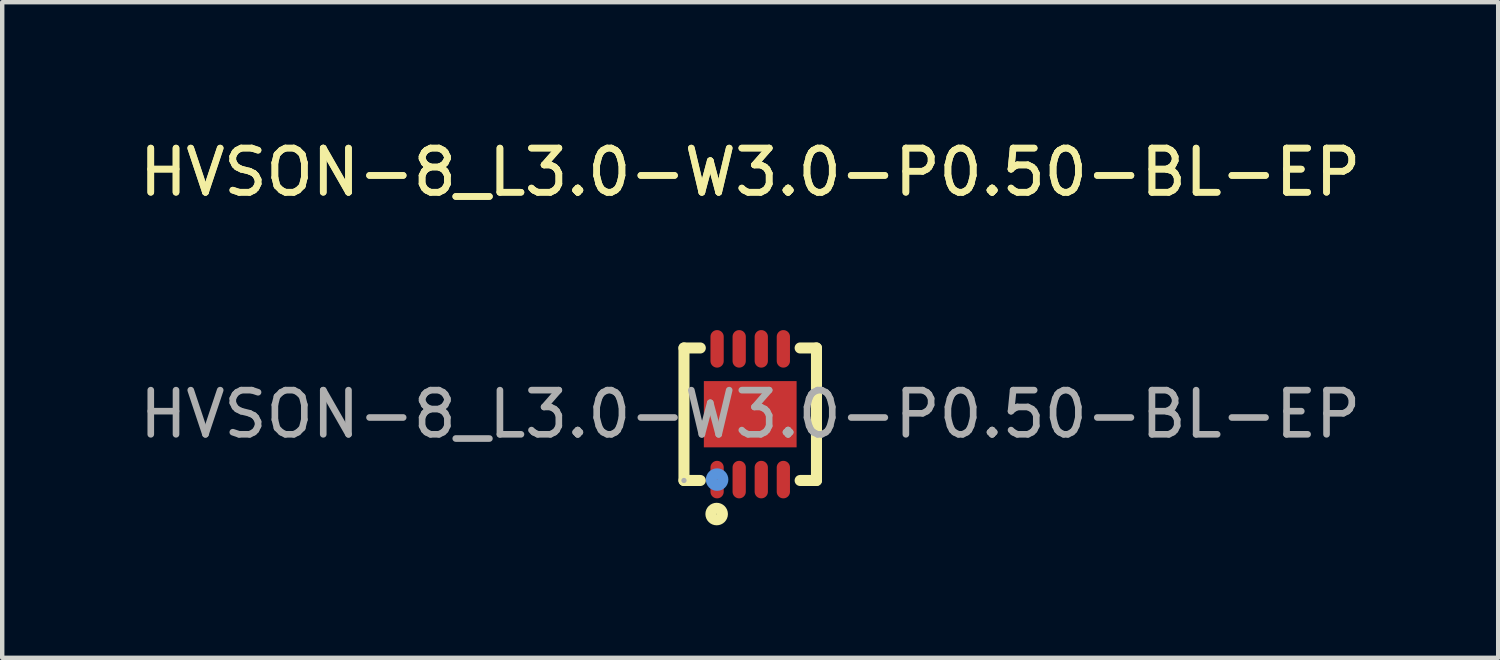
<source format=kicad_pcb>
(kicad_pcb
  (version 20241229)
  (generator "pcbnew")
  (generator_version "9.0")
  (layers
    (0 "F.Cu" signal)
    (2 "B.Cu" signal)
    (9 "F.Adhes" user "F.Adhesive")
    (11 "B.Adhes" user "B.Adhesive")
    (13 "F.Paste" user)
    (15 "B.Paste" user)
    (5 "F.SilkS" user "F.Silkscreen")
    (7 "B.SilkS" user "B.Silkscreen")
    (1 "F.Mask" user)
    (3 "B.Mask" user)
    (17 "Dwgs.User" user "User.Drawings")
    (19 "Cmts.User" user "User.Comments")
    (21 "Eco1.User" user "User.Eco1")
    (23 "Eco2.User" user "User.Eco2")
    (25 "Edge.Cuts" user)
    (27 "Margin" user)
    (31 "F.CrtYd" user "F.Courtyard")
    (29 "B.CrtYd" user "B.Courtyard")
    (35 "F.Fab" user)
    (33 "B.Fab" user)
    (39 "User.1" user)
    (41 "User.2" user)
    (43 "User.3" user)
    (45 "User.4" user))
  (footprint "HVSON-8_L3.0-W3.0-P0.50-BL-EP"
    (layer "F.Cu")
    (at 13.935 6.328)
    (property "Reference" "HVSON-8_L3.0-W3.0-P0.50-BL-EP" (at 0 -5.48 0) (layer "F.SilkS") (effects (font (size 1 1) (thickness 0.15))))
    (attr smd)
    (fp_line (start -1.5 -1.5) (end -1.13 -1.5) (stroke (width 0.25) (type solid)) (layer "F.SilkS"))
    (fp_line (start -1.5 1.5) (end -1.5 -1.5) (stroke (width 0.25) (type solid)) (layer "F.SilkS"))
    (fp_line (start -1.5 1.5) (end -1.13 1.5) (stroke (width 0.25) (type solid)) (layer "F.SilkS"))
    (fp_line (start 1.13 -1.5) (end 1.5 -1.5) (stroke (width 0.25) (type solid)) (layer "F.SilkS"))
    (fp_line (start 1.13 1.5) (end 1.5 1.5) (stroke (width 0.25) (type solid)) (layer "F.SilkS"))
    (fp_line (start 1.5 -1.5) (end 1.5 1.5) (stroke (width 0.25) (type solid)) (layer "F.SilkS"))
    (fp_circle (center -0.76 2.26) (end -0.63 2.26) (stroke (width 0.25) (type solid)) (fill no) (layer "F.SilkS"))
    (fp_circle (center -0.75 1.48) (end -0.62 1.48) (stroke (width 0.25) (type solid)) (fill no) (layer "Cmts.User"))
    (fp_circle (center -1.5 1.5) (end -1.47 1.5) (stroke (width 0.06) (type solid)) (fill no) (layer "F.Fab"))
    (fp_text user "${REFERENCE}" (at 0 -5.48 0) (layer "F.SilkS") (effects (font (size 1 1) (thickness 0.15))))
    (fp_text user "${REFERENCE}" (at 0 0 0) (layer "F.Fab") (effects (font (size 1 1) (thickness 0.15))))
    (pad "1" smd oval (at -0.75 1.48) (size 0.3 0.85) (layers "F.Cu" "F.Mask" "F.Paste"))
    (pad "2" smd oval (at -0.25 1.48) (size 0.3 0.85) (layers "F.Cu" "F.Mask" "F.Paste"))
    (pad "3" smd oval (at 0.25 1.48) (size 0.3 0.85) (layers "F.Cu" "F.Mask" "F.Paste"))
    (pad "4" smd oval (at 0.75 1.48) (size 0.3 0.85) (layers "F.Cu" "F.Mask" "F.Paste"))
    (pad "5" smd oval (at 0.75 -1.48 180) (size 0.3 0.85) (layers "F.Cu" "F.Mask" "F.Paste"))
    (pad "6" smd oval (at 0.25 -1.48 180) (size 0.3 0.85) (layers "F.Cu" "F.Mask" "F.Paste"))
    (pad "7" smd oval (at -0.25 -1.48 180) (size 0.3 0.85) (layers "F.Cu" "F.Mask" "F.Paste"))
    (pad "8" smd oval (at -0.75 -1.48 180) (size 0.3 0.85) (layers "F.Cu" "F.Mask" "F.Paste"))
    (pad "9" smd rect (at 0 0) (size 2.1 1.5) (layers "F.Cu" "F.Mask" "F.Paste")))
  (gr_rect
    (start -3 -3)
    (end 30.869 11.843)
    (stroke (width 0.1) (type default))
    (fill no)
    (layer "Edge.Cuts")))
</source>
